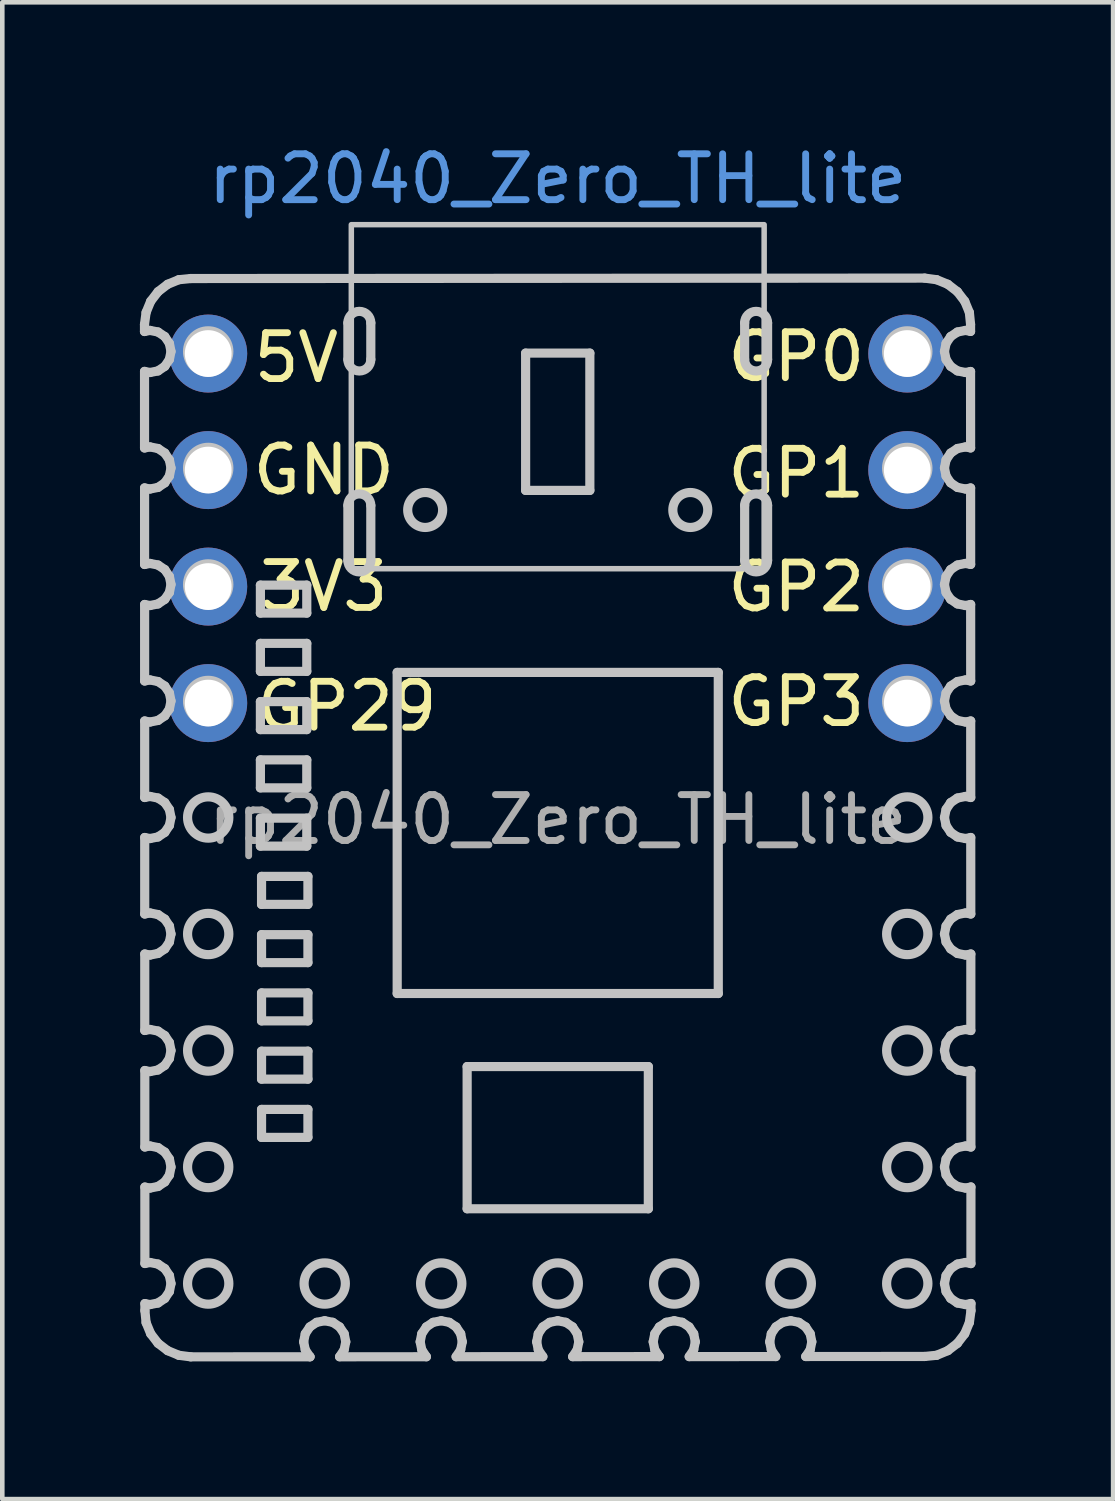
<source format=kicad_pcb>
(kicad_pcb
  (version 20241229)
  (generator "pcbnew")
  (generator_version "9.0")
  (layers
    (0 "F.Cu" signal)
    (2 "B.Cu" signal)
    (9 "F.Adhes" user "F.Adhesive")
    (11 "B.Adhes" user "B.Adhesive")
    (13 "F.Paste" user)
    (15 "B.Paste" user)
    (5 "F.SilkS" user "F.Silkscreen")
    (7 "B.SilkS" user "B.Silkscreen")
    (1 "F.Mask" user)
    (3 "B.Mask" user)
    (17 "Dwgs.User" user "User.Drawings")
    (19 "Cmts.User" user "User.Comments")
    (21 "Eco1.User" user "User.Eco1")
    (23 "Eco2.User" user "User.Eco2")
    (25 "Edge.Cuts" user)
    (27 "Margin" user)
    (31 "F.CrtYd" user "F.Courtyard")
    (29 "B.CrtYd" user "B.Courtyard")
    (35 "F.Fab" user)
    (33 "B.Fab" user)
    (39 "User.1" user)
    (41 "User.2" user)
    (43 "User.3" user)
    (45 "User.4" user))
  (footprint "rp2040_Zero_TH_lite"
    (layer "F.Cu")
    (at 9.109 13.548)
    (property "Reference" "rp2040_Zero_TH_lite" (at 0 -12.7 0) (unlocked yes) (layer "Cmts.User") (effects (font (size 1 1) (thickness 0.15))))
    (attr through_hole)
    (fp_line (start -9.009 -9.526) (end -9.009 -9.371) (stroke (width 0.2) (type solid)) (layer "Dwgs.User"))
    (fp_line (start -9.009 -9.371) (end -8.89 -9.395) (stroke (width 0.2) (type solid)) (layer "Dwgs.User"))
    (fp_line (start -9.008 -8.501) (end -9.008 -6.832) (stroke (width 0.2) (type solid)) (layer "Dwgs.User"))
    (fp_line (start -9.008 -6.832) (end -8.89 -6.855) (stroke (width 0.2) (type solid)) (layer "Dwgs.User"))
    (fp_line (start -9.007 -5.961) (end -9.007 -4.292) (stroke (width 0.2) (type solid)) (layer "Dwgs.User"))
    (fp_line (start -9.007 -4.292) (end -8.89 -4.315) (stroke (width 0.2) (type solid)) (layer "Dwgs.User"))
    (fp_line (start -9.006 -3.42) (end -9.006 -1.752) (stroke (width 0.2) (type solid)) (layer "Dwgs.User"))
    (fp_line (start -9.006 -1.752) (end -8.89 -1.775) (stroke (width 0.2) (type solid)) (layer "Dwgs.User"))
    (fp_line (start -9.005 -0.88) (end -9.005 0.788) (stroke (width 0.2) (type solid)) (layer "Dwgs.User"))
    (fp_line (start -9.005 0.788) (end -8.89 0.765) (stroke (width 0.2) (type solid)) (layer "Dwgs.User"))
    (fp_line (start -9.004 1.66) (end -9.004 3.328) (stroke (width 0.2) (type solid)) (layer "Dwgs.User"))
    (fp_line (start -9.004 3.328) (end -8.89 3.305) (stroke (width 0.2) (type solid)) (layer "Dwgs.User"))
    (fp_line (start -9.003 4.2) (end -9.003 5.867) (stroke (width 0.2) (type solid)) (layer "Dwgs.User"))
    (fp_line (start -9.003 5.867) (end -8.89 5.845) (stroke (width 0.2) (type solid)) (layer "Dwgs.User"))
    (fp_line (start -9.002 6.74) (end -9.002 8.407) (stroke (width 0.2) (type solid)) (layer "Dwgs.User"))
    (fp_line (start -9.002 8.407) (end -8.89 8.385) (stroke (width 0.2) (type solid)) (layer "Dwgs.User"))
    (fp_line (start -9.001 9.281) (end -9 10.947) (stroke (width 0.2) (type solid)) (layer "Dwgs.User"))
    (fp_line (start -9 10.947) (end -8.89 10.925) (stroke (width 0.2) (type solid)) (layer "Dwgs.User"))
    (fp_line (start -9 11.821) (end -9 11.974) (stroke (width 0.2) (type solid)) (layer "Dwgs.User"))
    (fp_line (start -9 11.974) (end -8.974 12.235) (stroke (width 0.2) (type solid)) (layer "Dwgs.User"))
    (fp_line (start -8.974 -9.787) (end -9.009 -9.526) (stroke (width 0.2) (type solid)) (layer "Dwgs.User"))
    (fp_line (start -8.974 12.235) (end -8.874 12.478) (stroke (width 0.2) (type solid)) (layer "Dwgs.User"))
    (fp_line (start -8.89 -9.395) (end -8.714 -9.36) (stroke (width 0.2) (type solid)) (layer "Dwgs.User"))
    (fp_line (start -8.89 -8.477) (end -9.008 -8.501) (stroke (width 0.2) (type solid)) (layer "Dwgs.User"))
    (fp_line (start -8.89 -6.855) (end -8.714 -6.82) (stroke (width 0.2) (type solid)) (layer "Dwgs.User"))
    (fp_line (start -8.89 -5.937) (end -9.007 -5.961) (stroke (width 0.2) (type solid)) (layer "Dwgs.User"))
    (fp_line (start -8.89 -4.315) (end -8.714 -4.28) (stroke (width 0.2) (type solid)) (layer "Dwgs.User"))
    (fp_line (start -8.89 -3.397) (end -9.006 -3.42) (stroke (width 0.2) (type solid)) (layer "Dwgs.User"))
    (fp_line (start -8.89 -1.775) (end -8.714 -1.74) (stroke (width 0.2) (type solid)) (layer "Dwgs.User"))
    (fp_line (start -8.89 -0.857) (end -9.005 -0.88) (stroke (width 0.2) (type solid)) (layer "Dwgs.User"))
    (fp_line (start -8.89 0.765) (end -8.714 0.8) (stroke (width 0.2) (type solid)) (layer "Dwgs.User"))
    (fp_line (start -8.89 1.683) (end -9.004 1.66) (stroke (width 0.2) (type solid)) (layer "Dwgs.User"))
    (fp_line (start -8.89 3.305) (end -8.714 3.34) (stroke (width 0.2) (type solid)) (layer "Dwgs.User"))
    (fp_line (start -8.89 4.223) (end -9.003 4.2) (stroke (width 0.2) (type solid)) (layer "Dwgs.User"))
    (fp_line (start -8.89 5.845) (end -8.714 5.88) (stroke (width 0.2) (type solid)) (layer "Dwgs.User"))
    (fp_line (start -8.89 6.763) (end -9.002 6.74) (stroke (width 0.2) (type solid)) (layer "Dwgs.User"))
    (fp_line (start -8.89 8.385) (end -8.714 8.42) (stroke (width 0.2) (type solid)) (layer "Dwgs.User"))
    (fp_line (start -8.89 9.303) (end -9.001 9.281) (stroke (width 0.2) (type solid)) (layer "Dwgs.User"))
    (fp_line (start -8.89 10.925) (end -8.714 10.96) (stroke (width 0.2) (type solid)) (layer "Dwgs.User"))
    (fp_line (start -8.89 11.843) (end -9 11.821) (stroke (width 0.2) (type solid)) (layer "Dwgs.User"))
    (fp_line (start -8.874 -10.03) (end -8.974 -9.787) (stroke (width 0.2) (type solid)) (layer "Dwgs.User"))
    (fp_line (start -8.874 12.478) (end -8.713 12.687) (stroke (width 0.2) (type solid)) (layer "Dwgs.User"))
    (fp_line (start -8.714 -9.36) (end -8.566 -9.261) (stroke (width 0.2) (type solid)) (layer "Dwgs.User"))
    (fp_line (start -8.714 -8.512) (end -8.89 -8.477) (stroke (width 0.2) (type solid)) (layer "Dwgs.User"))
    (fp_line (start -8.714 -6.82) (end -8.566 -6.721) (stroke (width 0.2) (type solid)) (layer "Dwgs.User"))
    (fp_line (start -8.714 -5.972) (end -8.89 -5.937) (stroke (width 0.2) (type solid)) (layer "Dwgs.User"))
    (fp_line (start -8.714 -4.28) (end -8.566 -4.181) (stroke (width 0.2) (type solid)) (layer "Dwgs.User"))
    (fp_line (start -8.714 -3.432) (end -8.89 -3.397) (stroke (width 0.2) (type solid)) (layer "Dwgs.User"))
    (fp_line (start -8.714 -1.74) (end -8.566 -1.641) (stroke (width 0.2) (type solid)) (layer "Dwgs.User"))
    (fp_line (start -8.714 -0.892) (end -8.89 -0.857) (stroke (width 0.2) (type solid)) (layer "Dwgs.User"))
    (fp_line (start -8.714 0.8) (end -8.566 0.899) (stroke (width 0.2) (type solid)) (layer "Dwgs.User"))
    (fp_line (start -8.714 1.648) (end -8.89 1.683) (stroke (width 0.2) (type solid)) (layer "Dwgs.User"))
    (fp_line (start -8.714 3.34) (end -8.566 3.439) (stroke (width 0.2) (type solid)) (layer "Dwgs.User"))
    (fp_line (start -8.714 4.188) (end -8.89 4.223) (stroke (width 0.2) (type solid)) (layer "Dwgs.User"))
    (fp_line (start -8.714 5.88) (end -8.566 5.979) (stroke (width 0.2) (type solid)) (layer "Dwgs.User"))
    (fp_line (start -8.714 6.728) (end -8.89 6.763) (stroke (width 0.2) (type solid)) (layer "Dwgs.User"))
    (fp_line (start -8.714 8.42) (end -8.566 8.519) (stroke (width 0.2) (type solid)) (layer "Dwgs.User"))
    (fp_line (start -8.714 9.268) (end -8.89 9.303) (stroke (width 0.2) (type solid)) (layer "Dwgs.User"))
    (fp_line (start -8.714 10.96) (end -8.566 11.059) (stroke (width 0.2) (type solid)) (layer "Dwgs.User"))
    (fp_line (start -8.714 11.808) (end -8.89 11.843) (stroke (width 0.2) (type solid)) (layer "Dwgs.User"))
    (fp_line (start -8.713 -10.239) (end -8.874 -10.03) (stroke (width 0.2) (type solid)) (layer "Dwgs.User"))
    (fp_line (start -8.713 12.687) (end -8.504 12.847) (stroke (width 0.2) (type solid)) (layer "Dwgs.User"))
    (fp_line (start -8.566 -9.261) (end -8.466 -9.112) (stroke (width 0.2) (type solid)) (layer "Dwgs.User"))
    (fp_line (start -8.566 -8.612) (end -8.714 -8.512) (stroke (width 0.2) (type solid)) (layer "Dwgs.User"))
    (fp_line (start -8.566 -6.721) (end -8.466 -6.572) (stroke (width 0.2) (type solid)) (layer "Dwgs.User"))
    (fp_line (start -8.566 -6.072) (end -8.714 -5.972) (stroke (width 0.2) (type solid)) (layer "Dwgs.User"))
    (fp_line (start -8.566 -4.181) (end -8.466 -4.032) (stroke (width 0.2) (type solid)) (layer "Dwgs.User"))
    (fp_line (start -8.566 -3.532) (end -8.714 -3.432) (stroke (width 0.2) (type solid)) (layer "Dwgs.User"))
    (fp_line (start -8.566 -1.641) (end -8.466 -1.492) (stroke (width 0.2) (type solid)) (layer "Dwgs.User"))
    (fp_line (start -8.566 -0.992) (end -8.714 -0.892) (stroke (width 0.2) (type solid)) (layer "Dwgs.User"))
    (fp_line (start -8.566 0.899) (end -8.466 1.048) (stroke (width 0.2) (type solid)) (layer "Dwgs.User"))
    (fp_line (start -8.566 1.548) (end -8.714 1.648) (stroke (width 0.2) (type solid)) (layer "Dwgs.User"))
    (fp_line (start -8.566 3.439) (end -8.466 3.588) (stroke (width 0.2) (type solid)) (layer "Dwgs.User"))
    (fp_line (start -8.566 4.088) (end -8.714 4.188) (stroke (width 0.2) (type solid)) (layer "Dwgs.User"))
    (fp_line (start -8.566 5.979) (end -8.466 6.128) (stroke (width 0.2) (type solid)) (layer "Dwgs.User"))
    (fp_line (start -8.566 6.628) (end -8.714 6.728) (stroke (width 0.2) (type solid)) (layer "Dwgs.User"))
    (fp_line (start -8.566 8.519) (end -8.466 8.668) (stroke (width 0.2) (type solid)) (layer "Dwgs.User"))
    (fp_line (start -8.566 9.168) (end -8.714 9.268) (stroke (width 0.2) (type solid)) (layer "Dwgs.User"))
    (fp_line (start -8.566 11.059) (end -8.466 11.208) (stroke (width 0.2) (type solid)) (layer "Dwgs.User"))
    (fp_line (start -8.566 11.708) (end -8.714 11.808) (stroke (width 0.2) (type solid)) (layer "Dwgs.User"))
    (fp_line (start -8.504 -10.4) (end -8.713 -10.239) (stroke (width 0.2) (type solid)) (layer "Dwgs.User"))
    (fp_line (start -8.504 12.847) (end -8.261 12.948) (stroke (width 0.2) (type solid)) (layer "Dwgs.User"))
    (fp_line (start -8.466 -9.112) (end -8.431 -8.936) (stroke (width 0.2) (type solid)) (layer "Dwgs.User"))
    (fp_line (start -8.466 -8.761) (end -8.566 -8.612) (stroke (width 0.2) (type solid)) (layer "Dwgs.User"))
    (fp_line (start -8.466 -6.572) (end -8.431 -6.396) (stroke (width 0.2) (type solid)) (layer "Dwgs.User"))
    (fp_line (start -8.466 -6.221) (end -8.566 -6.072) (stroke (width 0.2) (type solid)) (layer "Dwgs.User"))
    (fp_line (start -8.466 -4.032) (end -8.431 -3.856) (stroke (width 0.2) (type solid)) (layer "Dwgs.User"))
    (fp_line (start -8.466 -3.681) (end -8.566 -3.532) (stroke (width 0.2) (type solid)) (layer "Dwgs.User"))
    (fp_line (start -8.466 -1.492) (end -8.431 -1.316) (stroke (width 0.2) (type solid)) (layer "Dwgs.User"))
    (fp_line (start -8.466 -1.141) (end -8.566 -0.992) (stroke (width 0.2) (type solid)) (layer "Dwgs.User"))
    (fp_line (start -8.466 1.048) (end -8.431 1.224) (stroke (width 0.2) (type solid)) (layer "Dwgs.User"))
    (fp_line (start -8.466 1.399) (end -8.566 1.548) (stroke (width 0.2) (type solid)) (layer "Dwgs.User"))
    (fp_line (start -8.466 3.588) (end -8.431 3.764) (stroke (width 0.2) (type solid)) (layer "Dwgs.User"))
    (fp_line (start -8.466 3.939) (end -8.566 4.088) (stroke (width 0.2) (type solid)) (layer "Dwgs.User"))
    (fp_line (start -8.466 6.128) (end -8.431 6.304) (stroke (width 0.2) (type solid)) (layer "Dwgs.User"))
    (fp_line (start -8.466 6.479) (end -8.566 6.628) (stroke (width 0.2) (type solid)) (layer "Dwgs.User"))
    (fp_line (start -8.466 8.668) (end -8.431 8.844) (stroke (width 0.2) (type solid)) (layer "Dwgs.User"))
    (fp_line (start -8.466 9.019) (end -8.566 9.168) (stroke (width 0.2) (type solid)) (layer "Dwgs.User"))
    (fp_line (start -8.466 11.208) (end -8.431 11.384) (stroke (width 0.2) (type solid)) (layer "Dwgs.User"))
    (fp_line (start -8.466 11.559) (end -8.566 11.708) (stroke (width 0.2) (type solid)) (layer "Dwgs.User"))
    (fp_line (start -8.431 -8.936) (end -8.466 -8.761) (stroke (width 0.2) (type solid)) (layer "Dwgs.User"))
    (fp_line (start -8.431 -6.396) (end -8.466 -6.221) (stroke (width 0.2) (type solid)) (layer "Dwgs.User"))
    (fp_line (start -8.431 -3.856) (end -8.466 -3.681) (stroke (width 0.2) (type solid)) (layer "Dwgs.User"))
    (fp_line (start -8.431 -1.316) (end -8.466 -1.141) (stroke (width 0.2) (type solid)) (layer "Dwgs.User"))
    (fp_line (start -8.431 1.224) (end -8.466 1.399) (stroke (width 0.2) (type solid)) (layer "Dwgs.User"))
    (fp_line (start -8.431 3.764) (end -8.466 3.939) (stroke (width 0.2) (type solid)) (layer "Dwgs.User"))
    (fp_line (start -8.431 6.304) (end -8.466 6.479) (stroke (width 0.2) (type solid)) (layer "Dwgs.User"))
    (fp_line (start -8.431 8.844) (end -8.466 9.019) (stroke (width 0.2) (type solid)) (layer "Dwgs.User"))
    (fp_line (start -8.431 11.384) (end -8.466 11.559) (stroke (width 0.2) (type solid)) (layer "Dwgs.User"))
    (fp_line (start -8.261 -10.5) (end -8.504 -10.4) (stroke (width 0.2) (type solid)) (layer "Dwgs.User"))
    (fp_line (start -8.261 12.948) (end -8.001 12.982) (stroke (width 0.2) (type solid)) (layer "Dwgs.User"))
    (fp_line (start -8.001 12.982) (end -5.4 12.981) (stroke (width 0.2) (type solid)) (layer "Dwgs.User"))
    (fp_line (start -8 -10.526) (end -8.261 -10.5) (stroke (width 0.2) (type solid)) (layer "Dwgs.User"))
    (fp_line (start -6.482 -3.842) (end -6.482 -3.232) (stroke (width 0.2) (type solid)) (layer "Dwgs.User"))
    (fp_line (start -6.482 -3.232) (end -5.471 -3.232) (stroke (width 0.2) (type solid)) (layer "Dwgs.User"))
    (fp_line (start -6.482 -2.572) (end -6.482 -1.962) (stroke (width 0.2) (type solid)) (layer "Dwgs.User"))
    (fp_line (start -6.482 -1.962) (end -5.471 -1.962) (stroke (width 0.2) (type solid)) (layer "Dwgs.User"))
    (fp_line (start -6.482 -1.302) (end -6.482 -0.692) (stroke (width 0.2) (type solid)) (layer "Dwgs.User"))
    (fp_line (start -6.482 -0.692) (end -5.471 -0.692) (stroke (width 0.2) (type solid)) (layer "Dwgs.User"))
    (fp_line (start -6.482 -0.032) (end -6.482 0.578) (stroke (width 0.2) (type solid)) (layer "Dwgs.User"))
    (fp_line (start -6.482 0.578) (end -5.471 0.578) (stroke (width 0.2) (type solid)) (layer "Dwgs.User"))
    (fp_line (start -6.482 1.238) (end -6.482 1.848) (stroke (width 0.2) (type solid)) (layer "Dwgs.User"))
    (fp_line (start -6.482 1.848) (end -5.471 1.848) (stroke (width 0.2) (type solid)) (layer "Dwgs.User"))
    (fp_line (start -6.457 2.508) (end -6.457 3.118) (stroke (width 0.2) (type solid)) (layer "Dwgs.User"))
    (fp_line (start -6.457 3.118) (end -5.446 3.118) (stroke (width 0.2) (type solid)) (layer "Dwgs.User"))
    (fp_line (start -6.457 3.778) (end -6.457 4.388) (stroke (width 0.2) (type solid)) (layer "Dwgs.User"))
    (fp_line (start -6.457 4.388) (end -5.446 4.388) (stroke (width 0.2) (type solid)) (layer "Dwgs.User"))
    (fp_line (start -6.457 5.048) (end -6.457 5.658) (stroke (width 0.2) (type solid)) (layer "Dwgs.User"))
    (fp_line (start -6.457 5.658) (end -5.446 5.658) (stroke (width 0.2) (type solid)) (layer "Dwgs.User"))
    (fp_line (start -6.457 6.318) (end -6.457 6.928) (stroke (width 0.2) (type solid)) (layer "Dwgs.User"))
    (fp_line (start -6.457 6.928) (end -5.446 6.928) (stroke (width 0.2) (type solid)) (layer "Dwgs.User"))
    (fp_line (start -6.457 7.588) (end -6.457 8.198) (stroke (width 0.2) (type solid)) (layer "Dwgs.User"))
    (fp_line (start -6.457 8.198) (end -5.446 8.198) (stroke (width 0.2) (type solid)) (layer "Dwgs.User"))
    (fp_line (start -5.539 12.654) (end -5.504 12.478) (stroke (width 0.2) (type solid)) (layer "Dwgs.User"))
    (fp_line (start -5.504 12.478) (end -5.404 12.329) (stroke (width 0.2) (type solid)) (layer "Dwgs.User"))
    (fp_line (start -5.504 12.829) (end -5.539 12.654) (stroke (width 0.2) (type solid)) (layer "Dwgs.User"))
    (fp_line (start -5.471 -3.842) (end -6.482 -3.842) (stroke (width 0.2) (type solid)) (layer "Dwgs.User"))
    (fp_line (start -5.471 -3.232) (end -5.471 -3.842) (stroke (width 0.2) (type solid)) (layer "Dwgs.User"))
    (fp_line (start -5.471 -2.572) (end -6.482 -2.572) (stroke (width 0.2) (type solid)) (layer "Dwgs.User"))
    (fp_line (start -5.471 -1.962) (end -5.471 -2.572) (stroke (width 0.2) (type solid)) (layer "Dwgs.User"))
    (fp_line (start -5.471 -1.302) (end -6.482 -1.302) (stroke (width 0.2) (type solid)) (layer "Dwgs.User"))
    (fp_line (start -5.471 -0.692) (end -5.471 -1.302) (stroke (width 0.2) (type solid)) (layer "Dwgs.User"))
    (fp_line (start -5.471 -0.032) (end -6.482 -0.032) (stroke (width 0.2) (type solid)) (layer "Dwgs.User"))
    (fp_line (start -5.471 0.578) (end -5.471 -0.032) (stroke (width 0.2) (type solid)) (layer "Dwgs.User"))
    (fp_line (start -5.471 1.238) (end -6.482 1.238) (stroke (width 0.2) (type solid)) (layer "Dwgs.User"))
    (fp_line (start -5.471 1.848) (end -5.471 1.238) (stroke (width 0.2) (type solid)) (layer "Dwgs.User"))
    (fp_line (start -5.446 2.508) (end -6.457 2.508) (stroke (width 0.2) (type solid)) (layer "Dwgs.User"))
    (fp_line (start -5.446 3.118) (end -5.446 2.508) (stroke (width 0.2) (type solid)) (layer "Dwgs.User"))
    (fp_line (start -5.446 3.778) (end -6.457 3.778) (stroke (width 0.2) (type solid)) (layer "Dwgs.User"))
    (fp_line (start -5.446 4.388) (end -5.446 3.778) (stroke (width 0.2) (type solid)) (layer "Dwgs.User"))
    (fp_line (start -5.446 5.048) (end -6.457 5.048) (stroke (width 0.2) (type solid)) (layer "Dwgs.User"))
    (fp_line (start -5.446 5.658) (end -5.446 5.048) (stroke (width 0.2) (type solid)) (layer "Dwgs.User"))
    (fp_line (start -5.446 6.318) (end -6.457 6.318) (stroke (width 0.2) (type solid)) (layer "Dwgs.User"))
    (fp_line (start -5.446 6.928) (end -5.446 6.318) (stroke (width 0.2) (type solid)) (layer "Dwgs.User"))
    (fp_line (start -5.446 7.588) (end -6.457 7.588) (stroke (width 0.2) (type solid)) (layer "Dwgs.User"))
    (fp_line (start -5.446 8.198) (end -5.446 7.588) (stroke (width 0.2) (type solid)) (layer "Dwgs.User"))
    (fp_line (start -5.404 12.329) (end -5.256 12.23) (stroke (width 0.2) (type solid)) (layer "Dwgs.User"))
    (fp_line (start -5.404 12.978) (end -5.504 12.829) (stroke (width 0.2) (type solid)) (layer "Dwgs.User"))
    (fp_line (start -5.4 12.981) (end -5.404 12.978) (stroke (width 0.2) (type solid)) (layer "Dwgs.User"))
    (fp_line (start -5.256 12.23) (end -5.08 12.195) (stroke (width 0.2) (type solid)) (layer "Dwgs.User"))
    (fp_line (start -5.08 12.195) (end -4.904 12.23) (stroke (width 0.2) (type solid)) (layer "Dwgs.User"))
    (fp_line (start -4.904 12.23) (end -4.756 12.329) (stroke (width 0.2) (type solid)) (layer "Dwgs.User"))
    (fp_line (start -4.756 12.981) (end -2.863 12.98) (stroke (width 0.2) (type solid)) (layer "Dwgs.User"))
    (fp_line (start -4.756 12.329) (end -4.656 12.478) (stroke (width 0.2) (type solid)) (layer "Dwgs.User"))
    (fp_line (start -4.656 12.478) (end -4.621 12.654) (stroke (width 0.2) (type solid)) (layer "Dwgs.User"))
    (fp_line (start -4.656 12.829) (end -4.756 12.979) (stroke (width 0.2) (type solid)) (layer "Dwgs.User"))
    (fp_line (start -4.621 12.654) (end -4.656 12.829) (stroke (width 0.2) (type solid)) (layer "Dwgs.User"))
    (fp_line (start -4.575 -8.76) (end -4.575 -9.56) (stroke (width 0.2) (type solid)) (layer "Dwgs.User"))
    (fp_line (start -4.575 -4.38) (end -4.575 -5.58) (stroke (width 0.2) (type solid)) (layer "Dwgs.User"))
    (fp_line (start -4.075 -9.56) (end -4.075 -8.76) (stroke (width 0.2) (type solid)) (layer "Dwgs.User"))
    (fp_line (start -4.075 -5.58) (end -4.075 -4.38) (stroke (width 0.2) (type solid)) (layer "Dwgs.User"))
    (fp_line (start -3.5 -1.939) (end -3.5 5.061) (stroke (width 0.2) (type solid)) (layer "Dwgs.User"))
    (fp_line (start -3.5 5.061) (end 3.5 5.061) (stroke (width 0.2) (type solid)) (layer "Dwgs.User"))
    (fp_line (start -2.999 12.654) (end -2.964 12.478) (stroke (width 0.2) (type solid)) (layer "Dwgs.User"))
    (fp_line (start -2.964 12.478) (end -2.864 12.329) (stroke (width 0.2) (type solid)) (layer "Dwgs.User"))
    (fp_line (start -2.964 12.829) (end -2.999 12.654) (stroke (width 0.2) (type solid)) (layer "Dwgs.User"))
    (fp_line (start -2.864 12.329) (end -2.716 12.23) (stroke (width 0.2) (type solid)) (layer "Dwgs.User"))
    (fp_line (start -2.863 12.98) (end -2.964 12.829) (stroke (width 0.2) (type solid)) (layer "Dwgs.User"))
    (fp_line (start -2.716 12.23) (end -2.54 12.195) (stroke (width 0.2) (type solid)) (layer "Dwgs.User"))
    (fp_line (start -2.54 12.195) (end -2.364 12.23) (stroke (width 0.2) (type solid)) (layer "Dwgs.User"))
    (fp_line (start -2.364 12.23) (end -2.216 12.329) (stroke (width 0.2) (type solid)) (layer "Dwgs.User"))
    (fp_line (start -2.216 12.979) (end -0.324 12.978) (stroke (width 0.2) (type solid)) (layer "Dwgs.User"))
    (fp_line (start -2.216 12.329) (end -2.116 12.478) (stroke (width 0.2) (type solid)) (layer "Dwgs.User"))
    (fp_line (start -2.116 12.478) (end -2.081 12.654) (stroke (width 0.2) (type solid)) (layer "Dwgs.User"))
    (fp_line (start -2.116 12.829) (end -2.216 12.979) (stroke (width 0.2) (type solid)) (layer "Dwgs.User"))
    (fp_line (start -2.081 12.654) (end -2.116 12.829) (stroke (width 0.2) (type solid)) (layer "Dwgs.User"))
    (fp_line (start -1.975 6.654) (end 1.975 6.654) (stroke (width 0.2) (type solid)) (layer "Dwgs.User"))
    (fp_line (start -1.975 9.754) (end -1.975 6.654) (stroke (width 0.2) (type solid)) (layer "Dwgs.User"))
    (fp_line (start -0.7 -8.9) (end -0.7 -5.907) (stroke (width 0.2) (type solid)) (layer "Dwgs.User"))
    (fp_line (start -0.7 -5.907) (end 0.7 -5.907) (stroke (width 0.2) (type solid)) (layer "Dwgs.User"))
    (fp_line (start -0.459 12.654) (end -0.424 12.478) (stroke (width 0.2) (type solid)) (layer "Dwgs.User"))
    (fp_line (start -0.424 12.478) (end -0.324 12.329) (stroke (width 0.2) (type solid)) (layer "Dwgs.User"))
    (fp_line (start -0.424 12.829) (end -0.459 12.654) (stroke (width 0.2) (type solid)) (layer "Dwgs.User"))
    (fp_line (start -0.324 12.329) (end -0.176 12.23) (stroke (width 0.2) (type solid)) (layer "Dwgs.User"))
    (fp_line (start -0.324 12.978) (end -0.424 12.829) (stroke (width 0.2) (type solid)) (layer "Dwgs.User"))
    (fp_line (start -0.176 12.23) (end -0.000001 12.195) (stroke (width 0.2) (type solid)) (layer "Dwgs.User"))
    (fp_line (start -0.000001 12.195) (end 0.176 12.23) (stroke (width 0.2) (type solid)) (layer "Dwgs.User"))
    (fp_line (start 0.176 12.23) (end 0.324 12.329) (stroke (width 0.2) (type solid)) (layer "Dwgs.User"))
    (fp_line (start 0.324 12.329) (end 0.424 12.478) (stroke (width 0.2) (type solid)) (layer "Dwgs.User"))
    (fp_line (start 0.325 12.978) (end 2.215 12.977) (stroke (width 0.2) (type solid)) (layer "Dwgs.User"))
    (fp_line (start 0.424 12.478) (end 0.459 12.654) (stroke (width 0.2) (type solid)) (layer "Dwgs.User"))
    (fp_line (start 0.424 12.829) (end 0.325 12.978) (stroke (width 0.2) (type solid)) (layer "Dwgs.User"))
    (fp_line (start 0.459 12.654) (end 0.424 12.829) (stroke (width 0.2) (type solid)) (layer "Dwgs.User"))
    (fp_line (start 0.7 -8.9) (end -0.7 -8.9) (stroke (width 0.2) (type solid)) (layer "Dwgs.User"))
    (fp_line (start 0.7 -5.907) (end 0.7 -8.9) (stroke (width 0.2) (type solid)) (layer "Dwgs.User"))
    (fp_line (start 1.975 6.654) (end 1.975 9.754) (stroke (width 0.2) (type solid)) (layer "Dwgs.User"))
    (fp_line (start 1.975 9.754) (end -1.975 9.754) (stroke (width 0.2) (type solid)) (layer "Dwgs.User"))
    (fp_line (start 2.081 12.654) (end 2.116 12.478) (stroke (width 0.2) (type solid)) (layer "Dwgs.User"))
    (fp_line (start 2.116 12.478) (end 2.216 12.329) (stroke (width 0.2) (type solid)) (layer "Dwgs.User"))
    (fp_line (start 2.116 12.829) (end 2.081 12.654) (stroke (width 0.2) (type solid)) (layer "Dwgs.User"))
    (fp_line (start 2.215 12.977) (end 2.116 12.829) (stroke (width 0.2) (type solid)) (layer "Dwgs.User"))
    (fp_line (start 2.216 12.329) (end 2.364 12.23) (stroke (width 0.2) (type solid)) (layer "Dwgs.User"))
    (fp_line (start 2.364 12.23) (end 2.54 12.195) (stroke (width 0.2) (type solid)) (layer "Dwgs.User"))
    (fp_line (start 2.54 12.195) (end 2.716 12.23) (stroke (width 0.2) (type solid)) (layer "Dwgs.User"))
    (fp_line (start 2.716 12.23) (end 2.864 12.329) (stroke (width 0.2) (type solid)) (layer "Dwgs.User"))
    (fp_line (start 2.864 12.329) (end 2.964 12.478) (stroke (width 0.2) (type solid)) (layer "Dwgs.User"))
    (fp_line (start 2.866 12.977) (end 4.754 12.976) (stroke (width 0.2) (type solid)) (layer "Dwgs.User"))
    (fp_line (start 2.964 12.478) (end 2.999 12.654) (stroke (width 0.2) (type solid)) (layer "Dwgs.User"))
    (fp_line (start 2.964 12.829) (end 2.866 12.977) (stroke (width 0.2) (type solid)) (layer "Dwgs.User"))
    (fp_line (start 2.999 12.654) (end 2.964 12.829) (stroke (width 0.2) (type solid)) (layer "Dwgs.User"))
    (fp_line (start 3.5 -1.939) (end -3.5 -1.939) (stroke (width 0.2) (type solid)) (layer "Dwgs.User"))
    (fp_line (start 3.5 5.061) (end 3.5 -1.939) (stroke (width 0.2) (type solid)) (layer "Dwgs.User"))
    (fp_line (start 4.075 -8.76) (end 4.075 -9.56) (stroke (width 0.2) (type solid)) (layer "Dwgs.User"))
    (fp_line (start 4.075 -4.38) (end 4.075 -5.58) (stroke (width 0.2) (type solid)) (layer "Dwgs.User"))
    (fp_line (start 4.575 -9.56) (end 4.575 -8.76) (stroke (width 0.2) (type solid)) (layer "Dwgs.User"))
    (fp_line (start 4.575 -5.58) (end 4.575 -4.38) (stroke (width 0.2) (type solid)) (layer "Dwgs.User"))
    (fp_line (start 4.621 12.654) (end 4.656 12.478) (stroke (width 0.2) (type solid)) (layer "Dwgs.User"))
    (fp_line (start 4.656 12.478) (end 4.756 12.329) (stroke (width 0.2) (type solid)) (layer "Dwgs.User"))
    (fp_line (start 4.656 12.829) (end 4.621 12.654) (stroke (width 0.2) (type solid)) (layer "Dwgs.User"))
    (fp_line (start 4.754 12.976) (end 4.656 12.829) (stroke (width 0.2) (type solid)) (layer "Dwgs.User"))
    (fp_line (start 4.756 12.329) (end 4.904 12.23) (stroke (width 0.2) (type solid)) (layer "Dwgs.User"))
    (fp_line (start 4.904 12.23) (end 5.08 12.195) (stroke (width 0.2) (type solid)) (layer "Dwgs.User"))
    (fp_line (start 5.08 12.195) (end 5.256 12.23) (stroke (width 0.2) (type solid)) (layer "Dwgs.User"))
    (fp_line (start 5.256 12.23) (end 5.404 12.329) (stroke (width 0.2) (type solid)) (layer "Dwgs.User"))
    (fp_line (start 5.404 12.329) (end 5.504 12.478) (stroke (width 0.2) (type solid)) (layer "Dwgs.User"))
    (fp_line (start 5.406 12.975) (end 7.999 12.974) (stroke (width 0.2) (type solid)) (layer "Dwgs.User"))
    (fp_line (start 5.504 12.478) (end 5.539 12.654) (stroke (width 0.2) (type solid)) (layer "Dwgs.User"))
    (fp_line (start 5.504 12.829) (end 5.406 12.975) (stroke (width 0.2) (type solid)) (layer "Dwgs.User"))
    (fp_line (start 5.539 12.654) (end 5.504 12.829) (stroke (width 0.2) (type solid)) (layer "Dwgs.User"))
    (fp_line (start 7.999 12.974) (end 8.261 12.948) (stroke (width 0.2) (type solid)) (layer "Dwgs.User"))
    (fp_line (start 8 -10.535) (end -8 -10.526) (stroke (width 0.2) (type solid)) (layer "Dwgs.User"))
    (fp_line (start 8.261 -10.5) (end 8 -10.535) (stroke (width 0.2) (type solid)) (layer "Dwgs.User"))
    (fp_line (start 8.261 12.948) (end 8.504 12.847) (stroke (width 0.2) (type solid)) (layer "Dwgs.User"))
    (fp_line (start 8.431 -8.936) (end 8.466 -9.112) (stroke (width 0.2) (type solid)) (layer "Dwgs.User"))
    (fp_line (start 8.431 -6.396) (end 8.466 -6.572) (stroke (width 0.2) (type solid)) (layer "Dwgs.User"))
    (fp_line (start 8.431 -3.856) (end 8.466 -4.032) (stroke (width 0.2) (type solid)) (layer "Dwgs.User"))
    (fp_line (start 8.431 -1.316) (end 8.466 -1.492) (stroke (width 0.2) (type solid)) (layer "Dwgs.User"))
    (fp_line (start 8.431 1.224) (end 8.466 1.048) (stroke (width 0.2) (type solid)) (layer "Dwgs.User"))
    (fp_line (start 8.431 3.764) (end 8.466 3.588) (stroke (width 0.2) (type solid)) (layer "Dwgs.User"))
    (fp_line (start 8.431 6.304) (end 8.466 6.128) (stroke (width 0.2) (type solid)) (layer "Dwgs.User"))
    (fp_line (start 8.431 8.844) (end 8.466 8.668) (stroke (width 0.2) (type solid)) (layer "Dwgs.User"))
    (fp_line (start 8.431 11.384) (end 8.466 11.208) (stroke (width 0.2) (type solid)) (layer "Dwgs.User"))
    (fp_line (start 8.466 -9.112) (end 8.566 -9.261) (stroke (width 0.2) (type solid)) (layer "Dwgs.User"))
    (fp_line (start 8.466 -8.761) (end 8.431 -8.936) (stroke (width 0.2) (type solid)) (layer "Dwgs.User"))
    (fp_line (start 8.466 -6.572) (end 8.566 -6.721) (stroke (width 0.2) (type solid)) (layer "Dwgs.User"))
    (fp_line (start 8.466 -6.221) (end 8.431 -6.396) (stroke (width 0.2) (type solid)) (layer "Dwgs.User"))
    (fp_line (start 8.466 -4.032) (end 8.566 -4.181) (stroke (width 0.2) (type solid)) (layer "Dwgs.User"))
    (fp_line (start 8.466 -3.681) (end 8.431 -3.856) (stroke (width 0.2) (type solid)) (layer "Dwgs.User"))
    (fp_line (start 8.466 -1.492) (end 8.566 -1.641) (stroke (width 0.2) (type solid)) (layer "Dwgs.User"))
    (fp_line (start 8.466 -1.141) (end 8.431 -1.316) (stroke (width 0.2) (type solid)) (layer "Dwgs.User"))
    (fp_line (start 8.466 1.048) (end 8.566 0.899) (stroke (width 0.2) (type solid)) (layer "Dwgs.User"))
    (fp_line (start 8.466 1.399) (end 8.431 1.224) (stroke (width 0.2) (type solid)) (layer "Dwgs.User"))
    (fp_line (start 8.466 3.588) (end 8.566 3.439) (stroke (width 0.2) (type solid)) (layer "Dwgs.User"))
    (fp_line (start 8.466 3.939) (end 8.431 3.764) (stroke (width 0.2) (type solid)) (layer "Dwgs.User"))
    (fp_line (start 8.466 6.128) (end 8.566 5.979) (stroke (width 0.2) (type solid)) (layer "Dwgs.User"))
    (fp_line (start 8.466 6.479) (end 8.431 6.304) (stroke (width 0.2) (type solid)) (layer "Dwgs.User"))
    (fp_line (start 8.466 8.668) (end 8.566 8.519) (stroke (width 0.2) (type solid)) (layer "Dwgs.User"))
    (fp_line (start 8.466 9.019) (end 8.431 8.844) (stroke (width 0.2) (type solid)) (layer "Dwgs.User"))
    (fp_line (start 8.466 11.208) (end 8.566 11.059) (stroke (width 0.2) (type solid)) (layer "Dwgs.User"))
    (fp_line (start 8.466 11.559) (end 8.431 11.384) (stroke (width 0.2) (type solid)) (layer "Dwgs.User"))
    (fp_line (start 8.504 -10.4) (end 8.261 -10.5) (stroke (width 0.2) (type solid)) (layer "Dwgs.User"))
    (fp_line (start 8.504 12.847) (end 8.713 12.687) (stroke (width 0.2) (type solid)) (layer "Dwgs.User"))
    (fp_line (start 8.566 -9.261) (end 8.714 -9.36) (stroke (width 0.2) (type solid)) (layer "Dwgs.User"))
    (fp_line (start 8.566 -8.612) (end 8.466 -8.761) (stroke (width 0.2) (type solid)) (layer "Dwgs.User"))
    (fp_line (start 8.566 -6.721) (end 8.714 -6.82) (stroke (width 0.2) (type solid)) (layer "Dwgs.User"))
    (fp_line (start 8.566 -6.072) (end 8.466 -6.221) (stroke (width 0.2) (type solid)) (layer "Dwgs.User"))
    (fp_line (start 8.566 -4.181) (end 8.714 -4.28) (stroke (width 0.2) (type solid)) (layer "Dwgs.User"))
    (fp_line (start 8.566 -3.532) (end 8.466 -3.681) (stroke (width 0.2) (type solid)) (layer "Dwgs.User"))
    (fp_line (start 8.566 -1.641) (end 8.714 -1.74) (stroke (width 0.2) (type solid)) (layer "Dwgs.User"))
    (fp_line (start 8.566 -0.992) (end 8.466 -1.141) (stroke (width 0.2) (type solid)) (layer "Dwgs.User"))
    (fp_line (start 8.566 0.899) (end 8.714 0.8) (stroke (width 0.2) (type solid)) (layer "Dwgs.User"))
    (fp_line (start 8.566 1.548) (end 8.466 1.399) (stroke (width 0.2) (type solid)) (layer "Dwgs.User"))
    (fp_line (start 8.566 3.439) (end 8.714 3.34) (stroke (width 0.2) (type solid)) (layer "Dwgs.User"))
    (fp_line (start 8.566 4.088) (end 8.466 3.939) (stroke (width 0.2) (type solid)) (layer "Dwgs.User"))
    (fp_line (start 8.566 5.979) (end 8.714 5.88) (stroke (width 0.2) (type solid)) (layer "Dwgs.User"))
    (fp_line (start 8.566 6.628) (end 8.466 6.479) (stroke (width 0.2) (type solid)) (layer "Dwgs.User"))
    (fp_line (start 8.566 8.519) (end 8.714 8.42) (stroke (width 0.2) (type solid)) (layer "Dwgs.User"))
    (fp_line (start 8.566 9.168) (end 8.466 9.019) (stroke (width 0.2) (type solid)) (layer "Dwgs.User"))
    (fp_line (start 8.566 11.059) (end 8.714 10.96) (stroke (width 0.2) (type solid)) (layer "Dwgs.User"))
    (fp_line (start 8.566 11.708) (end 8.466 11.559) (stroke (width 0.2) (type solid)) (layer "Dwgs.User"))
    (fp_line (start 8.713 -10.239) (end 8.504 -10.4) (stroke (width 0.2) (type solid)) (layer "Dwgs.User"))
    (fp_line (start 8.713 12.687) (end 8.873 12.478) (stroke (width 0.2) (type solid)) (layer "Dwgs.User"))
    (fp_line (start 8.714 -9.36) (end 8.89 -9.395) (stroke (width 0.2) (type solid)) (layer "Dwgs.User"))
    (fp_line (start 8.714 -8.512) (end 8.566 -8.612) (stroke (width 0.2) (type solid)) (layer "Dwgs.User"))
    (fp_line (start 8.714 -6.82) (end 8.89 -6.855) (stroke (width 0.2) (type solid)) (layer "Dwgs.User"))
    (fp_line (start 8.714 -5.972) (end 8.566 -6.072) (stroke (width 0.2) (type solid)) (layer "Dwgs.User"))
    (fp_line (start 8.714 -4.28) (end 8.89 -4.315) (stroke (width 0.2) (type solid)) (layer "Dwgs.User"))
    (fp_line (start 8.714 -3.432) (end 8.566 -3.532) (stroke (width 0.2) (type solid)) (layer "Dwgs.User"))
    (fp_line (start 8.714 -1.74) (end 8.89 -1.775) (stroke (width 0.2) (type solid)) (layer "Dwgs.User"))
    (fp_line (start 8.714 -0.892) (end 8.566 -0.992) (stroke (width 0.2) (type solid)) (layer "Dwgs.User"))
    (fp_line (start 8.714 0.8) (end 8.89 0.765) (stroke (width 0.2) (type solid)) (layer "Dwgs.User"))
    (fp_line (start 8.714 1.648) (end 8.566 1.548) (stroke (width 0.2) (type solid)) (layer "Dwgs.User"))
    (fp_line (start 8.714 3.34) (end 8.89 3.305) (stroke (width 0.2) (type solid)) (layer "Dwgs.User"))
    (fp_line (start 8.714 4.188) (end 8.566 4.088) (stroke (width 0.2) (type solid)) (layer "Dwgs.User"))
    (fp_line (start 8.714 5.88) (end 8.89 5.845) (stroke (width 0.2) (type solid)) (layer "Dwgs.User"))
    (fp_line (start 8.714 6.728) (end 8.566 6.628) (stroke (width 0.2) (type solid)) (layer "Dwgs.User"))
    (fp_line (start 8.714 8.42) (end 8.89 8.385) (stroke (width 0.2) (type solid)) (layer "Dwgs.User"))
    (fp_line (start 8.714 9.268) (end 8.566 9.168) (stroke (width 0.2) (type solid)) (layer "Dwgs.User"))
    (fp_line (start 8.714 10.96) (end 8.89 10.925) (stroke (width 0.2) (type solid)) (layer "Dwgs.User"))
    (fp_line (start 8.714 11.808) (end 8.566 11.708) (stroke (width 0.2) (type solid)) (layer "Dwgs.User"))
    (fp_line (start 8.873 -10.03) (end 8.713 -10.239) (stroke (width 0.2) (type solid)) (layer "Dwgs.User"))
    (fp_line (start 8.873 12.478) (end 8.974 12.235) (stroke (width 0.2) (type solid)) (layer "Dwgs.User"))
    (fp_line (start 8.89 -9.395) (end 9 -9.373) (stroke (width 0.2) (type solid)) (layer "Dwgs.User"))
    (fp_line (start 8.89 -8.477) (end 8.714 -8.512) (stroke (width 0.2) (type solid)) (layer "Dwgs.User"))
    (fp_line (start 8.89 -6.855) (end 9.001 -6.833) (stroke (width 0.2) (type solid)) (layer "Dwgs.User"))
    (fp_line (start 8.89 -5.937) (end 8.714 -5.972) (stroke (width 0.2) (type solid)) (layer "Dwgs.User"))
    (fp_line (start 8.89 -4.315) (end 9.002 -4.293) (stroke (width 0.2) (type solid)) (layer "Dwgs.User"))
    (fp_line (start 8.89 -3.397) (end 8.714 -3.432) (stroke (width 0.2) (type solid)) (layer "Dwgs.User"))
    (fp_line (start 8.89 -1.775) (end 9.003 -1.752) (stroke (width 0.2) (type solid)) (layer "Dwgs.User"))
    (fp_line (start 8.89 -0.857) (end 8.714 -0.892) (stroke (width 0.2) (type solid)) (layer "Dwgs.User"))
    (fp_line (start 8.89 0.765) (end 9.004 0.788) (stroke (width 0.2) (type solid)) (layer "Dwgs.User"))
    (fp_line (start 8.89 1.683) (end 8.714 1.648) (stroke (width 0.2) (type solid)) (layer "Dwgs.User"))
    (fp_line (start 8.89 3.305) (end 9.005 3.328) (stroke (width 0.2) (type solid)) (layer "Dwgs.User"))
    (fp_line (start 8.89 4.223) (end 8.714 4.188) (stroke (width 0.2) (type solid)) (layer "Dwgs.User"))
    (fp_line (start 8.89 5.845) (end 9.006 5.868) (stroke (width 0.2) (type solid)) (layer "Dwgs.User"))
    (fp_line (start 8.89 6.763) (end 8.714 6.728) (stroke (width 0.2) (type solid)) (layer "Dwgs.User"))
    (fp_line (start 8.89 8.385) (end 9.007 8.408) (stroke (width 0.2) (type solid)) (layer "Dwgs.User"))
    (fp_line (start 8.89 9.303) (end 8.714 9.268) (stroke (width 0.2) (type solid)) (layer "Dwgs.User"))
    (fp_line (start 8.89 10.925) (end 9.008 10.949) (stroke (width 0.2) (type solid)) (layer "Dwgs.User"))
    (fp_line (start 8.89 11.843) (end 8.714 11.808) (stroke (width 0.2) (type solid)) (layer "Dwgs.User"))
    (fp_line (start 8.974 -9.787) (end 8.873 -10.03) (stroke (width 0.2) (type solid)) (layer "Dwgs.User"))
    (fp_line (start 8.974 12.235) (end 9.009 11.974) (stroke (width 0.2) (type solid)) (layer "Dwgs.User"))
    (fp_line (start 9 -9.526) (end 8.974 -9.787) (stroke (width 0.2) (type solid)) (layer "Dwgs.User"))
    (fp_line (start 9 -9.373) (end 9 -9.526) (stroke (width 0.2) (type solid)) (layer "Dwgs.User"))
    (fp_line (start 9 -8.499) (end 8.89 -8.477) (stroke (width 0.2) (type solid)) (layer "Dwgs.User"))
    (fp_line (start 9.001 -6.833) (end 9 -8.499) (stroke (width 0.2) (type solid)) (layer "Dwgs.User"))
    (fp_line (start 9.001 -5.96) (end 8.89 -5.937) (stroke (width 0.2) (type solid)) (layer "Dwgs.User"))
    (fp_line (start 9.002 -4.293) (end 9.001 -5.96) (stroke (width 0.2) (type solid)) (layer "Dwgs.User"))
    (fp_line (start 9.002 -3.42) (end 8.89 -3.397) (stroke (width 0.2) (type solid)) (layer "Dwgs.User"))
    (fp_line (start 9.003 -1.752) (end 9.002 -3.42) (stroke (width 0.2) (type solid)) (layer "Dwgs.User"))
    (fp_line (start 9.003 -0.88) (end 8.89 -0.857) (stroke (width 0.2) (type solid)) (layer "Dwgs.User"))
    (fp_line (start 9.004 0.788) (end 9.003 -0.88) (stroke (width 0.2) (type solid)) (layer "Dwgs.User"))
    (fp_line (start 9.004 1.66) (end 8.89 1.683) (stroke (width 0.2) (type solid)) (layer "Dwgs.User"))
    (fp_line (start 9.005 3.328) (end 9.004 1.66) (stroke (width 0.2) (type solid)) (layer "Dwgs.User"))
    (fp_line (start 9.006 4.2) (end 8.89 4.223) (stroke (width 0.2) (type solid)) (layer "Dwgs.User"))
    (fp_line (start 9.006 5.868) (end 9.006 4.2) (stroke (width 0.2) (type solid)) (layer "Dwgs.User"))
    (fp_line (start 9.007 6.739) (end 8.89 6.763) (stroke (width 0.2) (type solid)) (layer "Dwgs.User"))
    (fp_line (start 9.007 8.408) (end 9.007 6.739) (stroke (width 0.2) (type solid)) (layer "Dwgs.User"))
    (fp_line (start 9.008 9.279) (end 8.89 9.303) (stroke (width 0.2) (type solid)) (layer "Dwgs.User"))
    (fp_line (start 9.008 10.949) (end 9.008 9.279) (stroke (width 0.2) (type solid)) (layer "Dwgs.User"))
    (fp_line (start 9.009 11.819) (end 8.89 11.843) (stroke (width 0.2) (type solid)) (layer "Dwgs.User"))
    (fp_line (start 9.009 11.974) (end 9.009 11.819) (stroke (width 0.2) (type solid)) (layer "Dwgs.User"))
    (fp_rect (start -4.5 -11.7) (end 4.5 -4.2) (stroke (width 0.12) (type default)) (fill no) (layer "Dwgs.User"))
    (fp_arc (start -4.575054 -9.560194) (mid -4.325055 -9.810194) (end -4.075055 -9.560194) (stroke (width 0.2) (type solid)) (layer "Dwgs.User"))
    (fp_arc (start -4.575054 -5.580217) (mid -4.325055 -5.830217) (end -4.075055 -5.580217) (stroke (width 0.2) (type solid)) (layer "Dwgs.User"))
    (fp_arc (start -4.075055 -8.760196) (mid -4.325055 -8.510197) (end -4.575054 -8.760196) (stroke (width 0.2) (type solid)) (layer "Dwgs.User"))
    (fp_arc (start -4.075055 -4.38022) (mid -4.325055 -4.130221) (end -4.575054 -4.38022) (stroke (width 0.2) (type solid)) (layer "Dwgs.User"))
    (fp_arc (start 4.074967 -9.560194) (mid 4.324966 -9.810194) (end 4.574966 -9.560194) (stroke (width 0.2) (type solid)) (layer "Dwgs.User"))
    (fp_arc (start 4.074967 -5.580217) (mid 4.324966 -5.830217) (end 4.574966 -5.580217) (stroke (width 0.2) (type solid)) (layer "Dwgs.User"))
    (fp_arc (start 4.574966 -8.760196) (mid 4.324966 -8.510196) (end 4.074967 -8.760196) (stroke (width 0.2) (type solid)) (layer "Dwgs.User"))
    (fp_arc (start 4.574966 -4.38022) (mid 4.324966 -4.13022) (end 4.074967 -4.38022) (stroke (width 0.2) (type solid)) (layer "Dwgs.User"))
    (fp_circle (center -7.62 -8.936) (end -8.07 -8.936) (stroke (width 0.2) (type solid)) (fill no) (layer "Dwgs.User"))
    (fp_circle (center -7.62 -6.396) (end -8.07 -6.396) (stroke (width 0.2) (type solid)) (fill no) (layer "Dwgs.User"))
    (fp_circle (center -7.62 -3.856) (end -8.07 -3.856) (stroke (width 0.2) (type solid)) (fill no) (layer "Dwgs.User"))
    (fp_circle (center -7.62 -1.316) (end -8.07 -1.316) (stroke (width 0.2) (type solid)) (fill no) (layer "Dwgs.User"))
    (fp_circle (center -7.62 1.224) (end -8.07 1.224) (stroke (width 0.2) (type solid)) (fill no) (layer "Dwgs.User"))
    (fp_circle (center -7.62 3.764) (end -8.07 3.764) (stroke (width 0.2) (type solid)) (fill no) (layer "Dwgs.User"))
    (fp_circle (center -7.62 6.304) (end -8.07 6.304) (stroke (width 0.2) (type solid)) (fill no) (layer "Dwgs.User"))
    (fp_circle (center -7.62 8.844) (end -8.07 8.844) (stroke (width 0.2) (type solid)) (fill no) (layer "Dwgs.User"))
    (fp_circle (center -7.62 11.384) (end -8.07 11.384) (stroke (width 0.2) (type solid)) (fill no) (layer "Dwgs.User"))
    (fp_circle (center -5.08 11.384) (end -5.53 11.384) (stroke (width 0.2) (type solid)) (fill no) (layer "Dwgs.User"))
    (fp_circle (center -2.89 -5.48) (end -3.271 -5.48) (stroke (width 0.2) (type solid)) (fill no) (layer "Dwgs.User"))
    (fp_circle (center -2.54 11.384) (end -2.99 11.384) (stroke (width 0.2) (type solid)) (fill no) (layer "Dwgs.User"))
    (fp_circle (center -0.000001 11.384) (end -0.45 11.384) (stroke (width 0.2) (type solid)) (fill no) (layer "Dwgs.User"))
    (fp_circle (center 2.54 11.384) (end 2.09 11.384) (stroke (width 0.2) (type solid)) (fill no) (layer "Dwgs.User"))
    (fp_circle (center 2.89 -5.48) (end 2.509 -5.48) (stroke (width 0.2) (type solid)) (fill no) (layer "Dwgs.User"))
    (fp_circle (center 5.08 11.384) (end 4.63 11.384) (stroke (width 0.2) (type solid)) (fill no) (layer "Dwgs.User"))
    (fp_circle (center 7.62 -8.936) (end 7.17 -8.936) (stroke (width 0.2) (type solid)) (fill no) (layer "Dwgs.User"))
    (fp_circle (center 7.62 -6.396) (end 7.17 -6.396) (stroke (width 0.2) (type solid)) (fill no) (layer "Dwgs.User"))
    (fp_circle (center 7.62 -3.856) (end 7.17 -3.856) (stroke (width 0.2) (type solid)) (fill no) (layer "Dwgs.User"))
    (fp_circle (center 7.62 -1.316) (end 7.17 -1.316) (stroke (width 0.2) (type solid)) (fill no) (layer "Dwgs.User"))
    (fp_circle (center 7.62 1.224) (end 7.17 1.224) (stroke (width 0.2) (type solid)) (fill no) (layer "Dwgs.User"))
    (fp_circle (center 7.62 3.764) (end 7.17 3.764) (stroke (width 0.2) (type solid)) (fill no) (layer "Dwgs.User"))
    (fp_circle (center 7.62 6.304) (end 7.17 6.304) (stroke (width 0.2) (type solid)) (fill no) (layer "Dwgs.User"))
    (fp_circle (center 7.62 8.844) (end 7.17 8.844) (stroke (width 0.2) (type solid)) (fill no) (layer "Dwgs.User"))
    (fp_circle (center 7.62 11.384) (end 7.17 11.384) (stroke (width 0.2) (type solid)) (fill no) (layer "Dwgs.User"))
    (fp_text user "GP3" (at 5.2 -1.3 0) (unlocked yes) (layer "F.SilkS") (effects (font (size 1 1) (thickness 0.15))))
    (fp_text user "GND" (at -5.1 -6.35 0) (unlocked yes) (layer "F.SilkS") (effects (font (size 1 1) (thickness 0.15))))
    (fp_text user "GP29" (at -4.6 -1.2 0) (unlocked yes) (layer "F.SilkS") (effects (font (size 1 1) (thickness 0.15))))
    (fp_text user "GP0" (at 5.2 -8.82 0) (unlocked yes) (layer "F.SilkS") (effects (font (size 1 1) (thickness 0.15))))
    (fp_text user "GP1" (at 5.2 -6.28 0) (unlocked yes) (layer "F.SilkS") (effects (font (size 1 1) (thickness 0.15))))
    (fp_text user "3V3" (at -5.1 -3.81 0) (unlocked yes) (layer "F.SilkS") (effects (font (size 1 1) (thickness 0.15))))
    (fp_text user "GP2" (at 5.2 -3.8 0) (unlocked yes) (layer "F.SilkS") (effects (font (size 1 1) (thickness 0.15))))
    (fp_text user "5V" (at -5.7 -8.8 0) (unlocked yes) (layer "F.SilkS") (effects (font (size 1 1) (thickness 0.15))))
    (fp_text user "${REFERENCE}" (at 0 1.27 0) (unlocked yes) (layer "F.Fab") (effects (font (size 1 1) (thickness 0.15))))
    (pad "1" thru_hole oval (at -7.62 -8.89) (size 1.7 1.7) (drill 1.02) (layers "*.Cu" "*.Mask"))
    (pad "2" thru_hole oval (at -7.62 -6.35) (size 1.7 1.7) (drill 1.02) (layers "*.Cu" "*.Mask"))
    (pad "3" thru_hole oval (at -7.62 -3.81) (size 1.7 1.7) (drill 1.02) (layers "*.Cu" "*.Mask"))
    (pad "4" thru_hole oval (at -7.62 -1.27) (size 1.7 1.7) (drill 1.02) (layers "*.Cu" "*.Mask"))
    (pad "20" thru_hole oval (at 7.62 -1.27) (size 1.7 1.7) (drill 1.02) (layers "*.Cu" "*.Mask"))
    (pad "21" thru_hole oval (at 7.62 -3.81) (size 1.7 1.7) (drill 1.02) (layers "*.Cu" "*.Mask"))
    (pad "22" thru_hole oval (at 7.62 -6.35) (size 1.7 1.7) (drill 1.02) (layers "*.Cu" "*.Mask"))
    (pad "23" thru_hole oval (at 7.62 -8.89) (size 1.7 1.7) (drill 1.02) (layers "*.Cu" "*.Mask")))
  (gr_rect
    (start -3 -3)
    (end 21.217 29.631)
    (stroke (width 0.1) (type default))
    (fill no)
    (layer "Edge.Cuts")))
</source>
